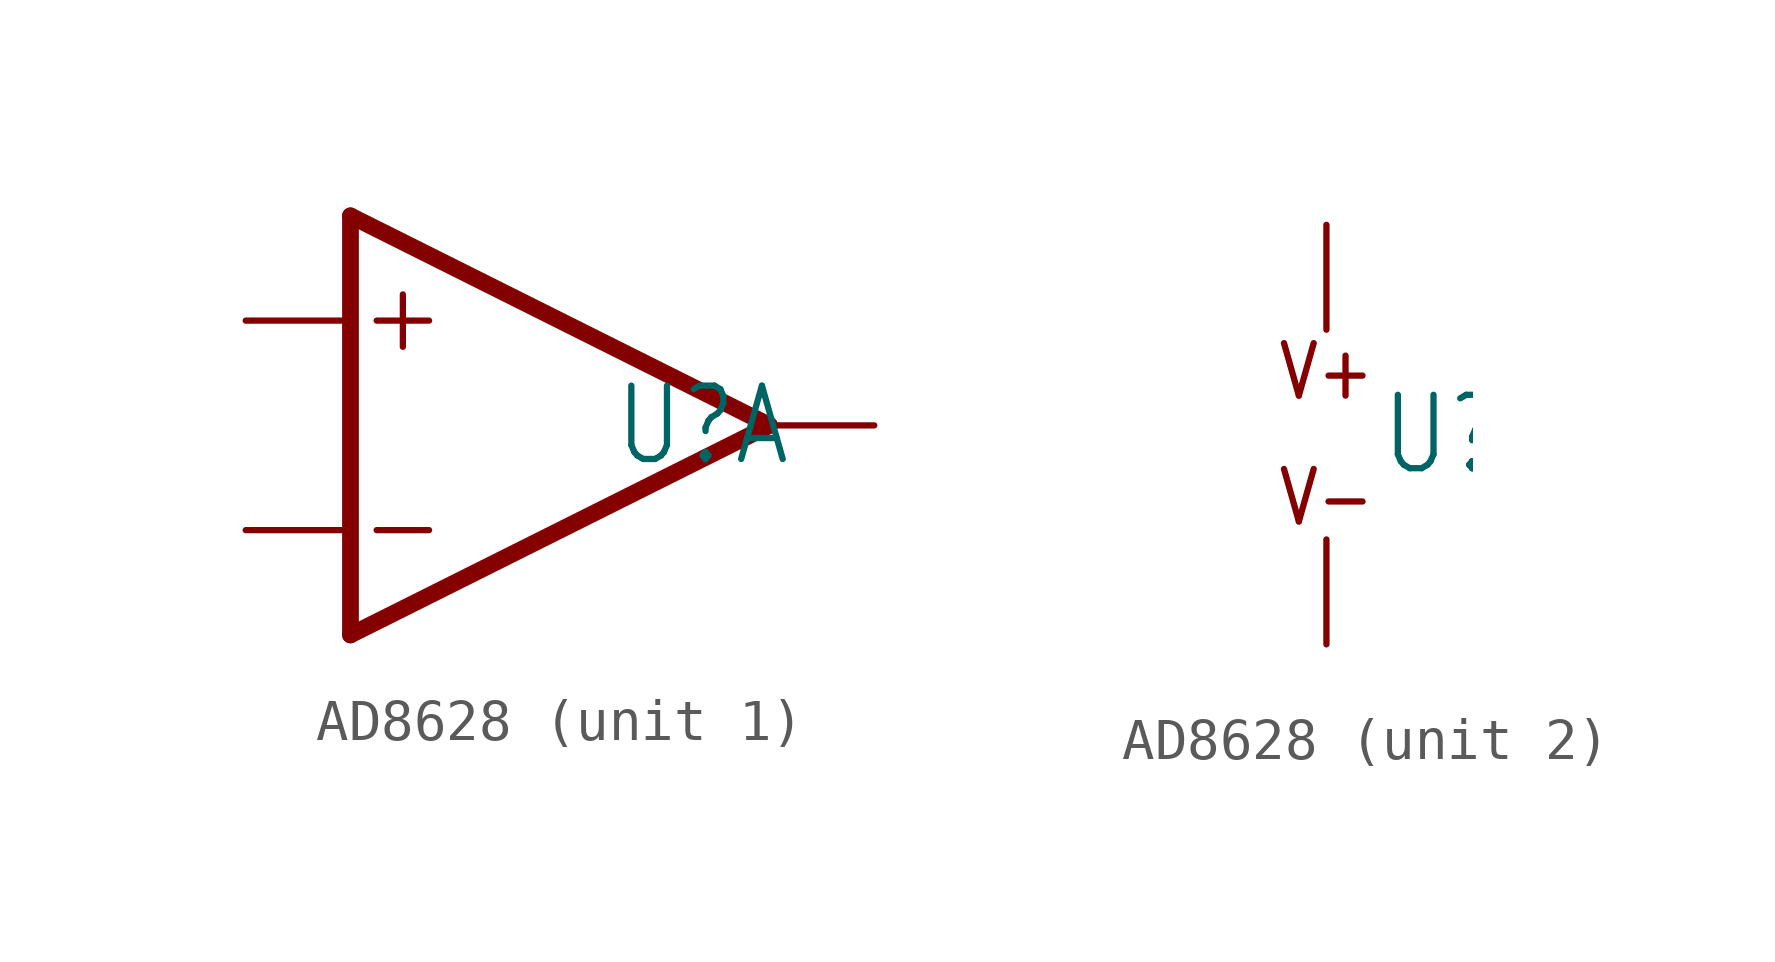
<source format=kicad_sym>
(kicad_symbol_lib
  (version 20220914)
  (generator kicad_symbol_editor)
  (symbol "AD8628"
    (property "Reference" "U"
      (at 1.27 0 0)
      (effects (font (size 1.778 1.511)) (justify left)))
    (property "ki_locked" ""
      (at 0 0 0)
      (effects (font (size 1.27 1.27))))
    (symbol "AD8628_1_0"
      (polyline (pts (xy -5.08 5.08) (xy -5.08 -5.08)) (stroke (width 0.406) (type solid)) (fill (type none)))
      (polyline (pts (xy -5.08 5.08) (xy 5.08 0)) (stroke (width 0.406) (type solid)) (fill (type none)))
      (polyline (pts (xy -4.445 -2.54) (xy -3.175 -2.54)) (stroke (width 0.152) (type solid)) (fill (type none)))
      (polyline (pts (xy -4.445 2.54) (xy -3.175 2.54)) (stroke (width 0.152) (type solid)) (fill (type none)))
      (polyline (pts (xy -3.81 3.175) (xy -3.81 1.905)) (stroke (width 0.152) (type solid)) (fill (type none)))
      (polyline (pts (xy 5.08 0) (xy -5.08 -5.08)) (stroke (width 0.406) (type solid)) (fill (type none)))
      (pin bidirectional line (at -7.62 -2.54 0) (length 2.54) (name "IN-" (effects (font (size 0 0)))) (number "2" (effects (font (size 0 0)))))
      (pin bidirectional line (at -7.62 2.54 0) (length 2.54) (name "IN+" (effects (font (size 0 0)))) (number "3" (effects (font (size 0 0)))))
      (pin bidirectional line (at 7.62 0 180) (length 2.54) (name "OUT" (effects (font (size 0 0)))) (number "6" (effects (font (size 0 0))))))
    (symbol "AD8628_2_0"
      (text "V+" (at 0 1.524 0) (effects (font (size 1.27 1.079))))
      (text "V-" (at 0 -1.524 0) (effects (font (size 1.27 1.079))))
      (pin bidirectional line (at 0 -5.08 90) (length 2.54) (name "V-" (effects (font (size 0 0)))) (number "4" (effects (font (size 0 0)))))
      (pin bidirectional line (at 0 5.08 270) (length 2.54) (name "V+" (effects (font (size 0 0)))) (number "7" (effects (font (size 0 0))))))))
</source>
